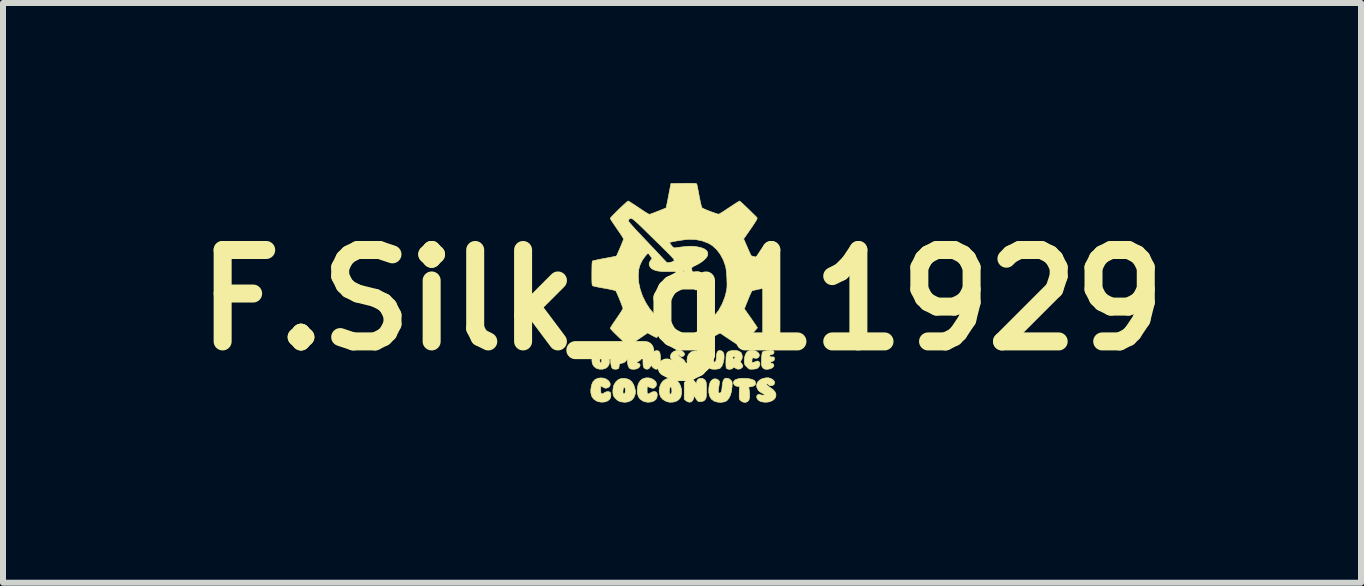
<source format=kicad_pcb>
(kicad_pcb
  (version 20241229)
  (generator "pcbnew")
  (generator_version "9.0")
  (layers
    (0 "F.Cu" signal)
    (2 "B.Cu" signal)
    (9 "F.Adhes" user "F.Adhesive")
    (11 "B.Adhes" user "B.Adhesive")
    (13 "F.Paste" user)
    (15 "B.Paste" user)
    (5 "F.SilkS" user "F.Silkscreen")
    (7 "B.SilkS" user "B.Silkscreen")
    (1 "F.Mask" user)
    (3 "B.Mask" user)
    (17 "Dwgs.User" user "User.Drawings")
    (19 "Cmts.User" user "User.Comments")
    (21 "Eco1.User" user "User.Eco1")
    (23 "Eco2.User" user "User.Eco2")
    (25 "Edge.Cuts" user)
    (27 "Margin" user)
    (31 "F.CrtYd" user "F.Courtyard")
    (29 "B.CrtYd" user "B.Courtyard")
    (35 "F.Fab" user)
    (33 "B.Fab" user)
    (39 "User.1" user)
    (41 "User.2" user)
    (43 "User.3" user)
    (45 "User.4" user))
  (footprint "F.Silk_g11929"
    (layer "F.Cu")
    (at 8.317 1.951)
    (property "Reference" "F.Silk_g11929" (at 0 0 0) (layer "F.SilkS") (effects (font (size 1.524 1.524) (thickness 0.3))))
    (attr through_hole)
    (fp_poly (pts (xy -0.274 0.394) (xy -0.274 0.397) (xy -0.282 0.409) (xy -0.285 0.411) (xy -0.295 0.406) (xy -0.296 0.397) (xy -0.291 0.384) (xy -0.285 0.383) (xy -0.274 0.394)) (stroke (width 0.01) (type solid)) (fill yes) (layer "F.SilkS"))
    (fp_poly (pts (xy -1.319 0.851) (xy -1.291 0.86) (xy -1.256 0.889) (xy -1.229 0.932) (xy -1.213 0.983) (xy -1.21 1.036) (xy -1.217 1.074) (xy -1.24 1.112) (xy -1.277 1.139) (xy -1.324 1.152) (xy -1.376 1.152) (xy -1.426 1.138) (xy -1.463 1.111) (xy -1.489 1.072) (xy -1.501 1.024) (xy -1.501 0.996) (xy -1.371 0.996) (xy -1.371 1.022) (xy -1.364 1.042) (xy -1.355 1.048) (xy -1.344 1.039) (xy -1.34 1.029) (xy -1.338 1.006) (xy -1.342 0.979) (xy -1.351 0.947) (xy -1.364 0.972) (xy -1.371 0.996) (xy -1.501 0.996) (xy -1.501 0.974) (xy -1.487 0.926) (xy -1.46 0.884) (xy -1.444 0.87) (xy -1.409 0.853) (xy -1.365 0.847) (xy -1.319 0.851)) (stroke (width 0.01) (type solid)) (fill yes) (layer "F.SilkS"))
    (fp_poly (pts (xy 0.277 0.855) (xy 0.32 0.879) (xy 0.351 0.921) (xy 0.372 0.98) (xy 0.376 0.995) (xy 0.376 1.038) (xy 0.363 1.082) (xy 0.341 1.118) (xy 0.317 1.138) (xy 0.274 1.151) (xy 0.224 1.153) (xy 0.176 1.144) (xy 0.151 1.133) (xy 0.111 1.099) (xy 0.088 1.057) (xy 0.085 1.027) (xy 0.214 1.027) (xy 0.217 1.036) (xy 0.229 1.048) (xy 0.238 1.04) (xy 0.243 1.015) (xy 0.243 1.006) (xy 0.241 0.978) (xy 0.235 0.96) (xy 0.233 0.958) (xy 0.226 0.963) (xy 0.219 0.981) (xy 0.214 1.005) (xy 0.214 1.027) (xy 0.085 1.027) (xy 0.082 1.007) (xy 0.09 0.947) (xy 0.113 0.9) (xy 0.149 0.866) (xy 0.196 0.849) (xy 0.221 0.847) (xy 0.277 0.855)) (stroke (width 0.01) (type solid)) (fill yes) (layer "F.SilkS"))
    (fp_poly (pts (xy 1.091 1.307) (xy 1.142 1.316) (xy 1.183 1.329) (xy 1.211 1.346) (xy 1.217 1.354) (xy 1.227 1.388) (xy 1.218 1.415) (xy 1.189 1.434) (xy 1.154 1.443) (xy 1.111 1.45) (xy 1.119 1.495) (xy 1.126 1.558) (xy 1.126 1.614) (xy 1.117 1.658) (xy 1.108 1.675) (xy 1.082 1.698) (xy 1.047 1.706) (xy 1.01 1.698) (xy 0.978 1.677) (xy 0.965 1.664) (xy 0.958 1.65) (xy 0.954 1.631) (xy 0.953 1.601) (xy 0.954 1.557) (xy 0.954 1.545) (xy 0.958 1.439) (xy 0.931 1.439) (xy 0.895 1.432) (xy 0.87 1.413) (xy 0.858 1.387) (xy 0.86 1.359) (xy 0.88 1.334) (xy 0.892 1.327) (xy 0.931 1.313) (xy 0.98 1.305) (xy 1.035 1.304) (xy 1.091 1.307)) (stroke (width 0.01) (type solid)) (fill yes) (layer "F.SilkS"))
    (fp_poly (pts (xy -0.162 1.307) (xy -0.106 1.329) (xy -0.094 1.336) (xy -0.055 1.374) (xy -0.027 1.425) (xy -0.01 1.484) (xy -0.007 1.545) (xy -0.018 1.604) (xy -0.026 1.623) (xy -0.055 1.66) (xy -0.098 1.687) (xy -0.15 1.701) (xy -0.207 1.703) (xy -0.26 1.69) (xy -0.316 1.659) (xy -0.355 1.616) (xy -0.376 1.561) (xy -0.381 1.514) (xy -0.211 1.514) (xy -0.21 1.542) (xy -0.205 1.559) (xy -0.188 1.568) (xy -0.176 1.558) (xy -0.17 1.529) (xy -0.169 1.516) (xy -0.172 1.476) (xy -0.178 1.452) (xy -0.188 1.445) (xy -0.2 1.458) (xy -0.2 1.458) (xy -0.208 1.483) (xy -0.211 1.514) (xy -0.381 1.514) (xy -0.381 1.513) (xy -0.372 1.447) (xy -0.349 1.391) (xy -0.314 1.347) (xy -0.269 1.317) (xy -0.217 1.303) (xy -0.162 1.307)) (stroke (width 0.01) (type solid)) (fill yes) (layer "F.SilkS"))
    (fp_poly (pts (xy -1.301 1.303) (xy -1.26 1.319) (xy -1.228 1.343) (xy -1.206 1.371) (xy -1.196 1.4) (xy -1.201 1.428) (xy -1.222 1.452) (xy -1.24 1.461) (xy -1.264 1.469) (xy -1.284 1.467) (xy -1.311 1.454) (xy -1.314 1.453) (xy -1.355 1.431) (xy -1.355 1.498) (xy -1.353 1.539) (xy -1.347 1.56) (xy -1.334 1.565) (xy -1.311 1.555) (xy -1.296 1.545) (xy -1.26 1.528) (xy -1.226 1.525) (xy -1.2 1.535) (xy -1.198 1.537) (xy -1.188 1.56) (xy -1.186 1.593) (xy -1.193 1.628) (xy -1.206 1.653) (xy -1.24 1.681) (xy -1.287 1.698) (xy -1.341 1.702) (xy -1.396 1.693) (xy -1.429 1.68) (xy -1.476 1.646) (xy -1.506 1.601) (xy -1.52 1.543) (xy -1.52 1.491) (xy -1.508 1.418) (xy -1.485 1.363) (xy -1.449 1.325) (xy -1.4 1.303) (xy -1.349 1.297) (xy -1.301 1.303)) (stroke (width 0.01) (type solid)) (fill yes) (layer "F.SilkS"))
    (fp_poly (pts (xy -0.94 1.308) (xy -0.918 1.313) (xy -0.87 1.333) (xy -0.833 1.367) (xy -0.805 1.415) (xy -0.793 1.451) (xy -0.781 1.493) (xy -0.776 1.523) (xy -0.778 1.55) (xy -0.783 1.576) (xy -0.805 1.63) (xy -0.843 1.67) (xy -0.892 1.695) (xy -0.951 1.704) (xy -1.018 1.696) (xy -1.034 1.692) (xy -1.069 1.675) (xy -1.105 1.645) (xy -1.133 1.611) (xy -1.144 1.59) (xy -1.152 1.55) (xy -1.152 1.522) (xy -0.984 1.522) (xy -0.983 1.551) (xy -0.977 1.563) (xy -0.966 1.564) (xy -0.952 1.554) (xy -0.945 1.529) (xy -0.944 1.519) (xy -0.945 1.485) (xy -0.951 1.461) (xy -0.961 1.452) (xy -0.973 1.46) (xy -0.974 1.46) (xy -0.98 1.481) (xy -0.984 1.512) (xy -0.984 1.522) (xy -1.152 1.522) (xy -1.152 1.5) (xy -1.145 1.449) (xy -1.134 1.413) (xy -1.099 1.358) (xy -1.055 1.322) (xy -1.002 1.305) (xy -0.94 1.308)) (stroke (width 0.01) (type solid)) (fill yes) (layer "F.SilkS"))
    (fp_poly (pts (xy 1.22 0.846) (xy 1.253 0.863) (xy 1.277 0.885) (xy 1.289 0.91) (xy 1.285 0.938) (xy 1.274 0.954) (xy 1.256 0.967) (xy 1.232 0.971) (xy 1.197 0.965) (xy 1.185 0.962) (xy 1.175 0.965) (xy 1.168 0.983) (xy 1.166 1.004) (xy 1.165 1.032) (xy 1.168 1.044) (xy 1.178 1.044) (xy 1.182 1.043) (xy 1.221 1.027) (xy 1.246 1.018) (xy 1.262 1.016) (xy 1.273 1.02) (xy 1.278 1.023) (xy 1.296 1.045) (xy 1.298 1.075) (xy 1.285 1.108) (xy 1.277 1.117) (xy 1.259 1.135) (xy 1.238 1.144) (xy 1.205 1.15) (xy 1.187 1.151) (xy 1.151 1.153) (xy 1.127 1.151) (xy 1.108 1.141) (xy 1.086 1.12) (xy 1.08 1.114) (xy 1.055 1.087) (xy 1.042 1.066) (xy 1.038 1.039) (xy 1.037 1.012) (xy 1.043 0.952) (xy 1.059 0.902) (xy 1.083 0.865) (xy 1.101 0.852) (xy 1.141 0.839) (xy 1.182 0.838) (xy 1.22 0.846)) (stroke (width 0.01) (type solid)) (fill yes) (layer "F.SilkS"))
    (fp_poly (pts (xy -0.545 1.298) (xy -0.499 1.313) (xy -0.46 1.338) (xy -0.435 1.366) (xy -0.425 1.401) (xy -0.433 1.435) (xy -0.455 1.459) (xy -0.461 1.463) (xy -0.477 1.469) (xy -0.492 1.47) (xy -0.513 1.465) (xy -0.545 1.453) (xy -0.564 1.445) (xy -0.574 1.443) (xy -0.579 1.45) (xy -0.582 1.472) (xy -0.582 1.502) (xy -0.581 1.541) (xy -0.574 1.561) (xy -0.56 1.565) (xy -0.536 1.553) (xy -0.524 1.545) (xy -0.488 1.528) (xy -0.453 1.525) (xy -0.427 1.535) (xy -0.425 1.537) (xy -0.415 1.56) (xy -0.413 1.594) (xy -0.421 1.629) (xy -0.434 1.654) (xy -0.469 1.682) (xy -0.515 1.698) (xy -0.569 1.703) (xy -0.623 1.694) (xy -0.653 1.682) (xy -0.698 1.651) (xy -0.727 1.611) (xy -0.743 1.558) (xy -0.746 1.508) (xy -0.742 1.453) (xy -0.732 1.41) (xy -0.721 1.383) (xy -0.693 1.341) (xy -0.657 1.314) (xy -0.608 1.298) (xy -0.59 1.296) (xy -0.545 1.298)) (stroke (width 0.01) (type solid)) (fill yes) (layer "F.SilkS"))
    (fp_poly (pts (xy 0.657 0.847) (xy 0.684 0.868) (xy 0.699 0.905) (xy 0.701 0.958) (xy 0.698 0.985) (xy 0.685 1.05) (xy 0.664 1.101) (xy 0.637 1.134) (xy 0.634 1.136) (xy 0.607 1.146) (xy 0.568 1.152) (xy 0.525 1.153) (xy 0.486 1.148) (xy 0.47 1.143) (xy 0.448 1.129) (xy 0.425 1.106) (xy 0.424 1.104) (xy 0.412 1.087) (xy 0.406 1.069) (xy 0.403 1.044) (xy 0.403 1.006) (xy 0.404 0.981) (xy 0.406 0.935) (xy 0.41 0.905) (xy 0.416 0.886) (xy 0.426 0.873) (xy 0.432 0.867) (xy 0.468 0.849) (xy 0.504 0.851) (xy 0.524 0.861) (xy 0.534 0.871) (xy 0.538 0.883) (xy 0.538 0.905) (xy 0.532 0.941) (xy 0.531 0.948) (xy 0.526 0.997) (xy 0.528 1.026) (xy 0.538 1.036) (xy 0.555 1.027) (xy 0.567 1.006) (xy 0.571 0.97) (xy 0.572 0.968) (xy 0.575 0.908) (xy 0.587 0.867) (xy 0.607 0.845) (xy 0.635 0.841) (xy 0.657 0.847)) (stroke (width 0.01) (type solid)) (fill yes) (layer "F.SilkS"))
    (fp_poly (pts (xy 0.783 1.311) (xy 0.809 1.331) (xy 0.824 1.347) (xy 0.832 1.362) (xy 0.836 1.382) (xy 0.835 1.413) (xy 0.833 1.445) (xy 0.824 1.522) (xy 0.805 1.588) (xy 0.778 1.641) (xy 0.746 1.677) (xy 0.742 1.68) (xy 0.698 1.698) (xy 0.644 1.705) (xy 0.587 1.7) (xy 0.533 1.682) (xy 0.531 1.681) (xy 0.488 1.649) (xy 0.46 1.601) (xy 0.446 1.54) (xy 0.447 1.467) (xy 0.456 1.408) (xy 0.473 1.362) (xy 0.501 1.33) (xy 0.534 1.313) (xy 0.571 1.315) (xy 0.604 1.332) (xy 0.617 1.344) (xy 0.623 1.356) (xy 0.624 1.374) (xy 0.62 1.404) (xy 0.616 1.428) (xy 0.608 1.478) (xy 0.604 1.512) (xy 0.605 1.533) (xy 0.611 1.544) (xy 0.619 1.549) (xy 0.638 1.549) (xy 0.653 1.531) (xy 0.663 1.495) (xy 0.669 1.44) (xy 0.676 1.381) (xy 0.687 1.34) (xy 0.704 1.315) (xy 0.728 1.303) (xy 0.745 1.302) (xy 0.783 1.311)) (stroke (width 0.01) (type solid)) (fill yes) (layer "F.SilkS"))
    (fp_poly (pts (xy -0.409 0.844) (xy -0.389 0.851) (xy -0.375 0.867) (xy -0.366 0.894) (xy -0.361 0.936) (xy -0.36 0.996) (xy -0.36 0.999) (xy -0.361 1.048) (xy -0.363 1.081) (xy -0.369 1.104) (xy -0.378 1.121) (xy -0.382 1.126) (xy -0.407 1.147) (xy -0.43 1.154) (xy -0.454 1.146) (xy -0.481 1.128) (xy -0.501 1.106) (xy -0.509 1.088) (xy -0.513 1.087) (xy -0.523 1.103) (xy -0.527 1.111) (xy -0.55 1.141) (xy -0.58 1.153) (xy -0.611 1.147) (xy -0.63 1.132) (xy -0.64 1.118) (xy -0.646 1.1) (xy -0.649 1.072) (xy -0.651 1.03) (xy -0.651 1.003) (xy -0.651 0.955) (xy -0.649 0.923) (xy -0.645 0.902) (xy -0.638 0.888) (xy -0.626 0.876) (xy -0.621 0.872) (xy -0.588 0.851) (xy -0.558 0.85) (xy -0.527 0.869) (xy -0.518 0.878) (xy -0.498 0.896) (xy -0.489 0.899) (xy -0.487 0.89) (xy -0.487 0.888) (xy -0.477 0.866) (xy -0.454 0.849) (xy -0.423 0.842) (xy -0.409 0.844)) (stroke (width 0.01) (type solid)) (fill yes) (layer "F.SilkS"))
    (fp_poly (pts (xy -0.017 0.842) (xy 0.014 0.858) (xy 0.035 0.88) (xy 0.042 0.904) (xy 0.031 0.928) (xy 0.03 0.929) (xy 0.009 0.94) (xy -0.016 0.941) (xy -0.035 0.931) (xy -0.039 0.926) (xy -0.049 0.913) (xy -0.06 0.912) (xy -0.064 0.921) (xy -0.055 0.932) (xy -0.034 0.949) (xy -0.011 0.966) (xy 0.032 1.001) (xy 0.056 1.038) (xy 0.061 1.073) (xy 0.047 1.106) (xy 0.012 1.133) (xy 0.011 1.134) (xy -0.026 1.147) (xy -0.071 1.153) (xy -0.115 1.151) (xy -0.15 1.143) (xy -0.153 1.141) (xy -0.18 1.12) (xy -0.19 1.093) (xy -0.19 1.083) (xy -0.185 1.059) (xy -0.166 1.051) (xy -0.137 1.059) (xy -0.113 1.065) (xy -0.098 1.064) (xy -0.098 1.064) (xy -0.098 1.054) (xy -0.104 1.05) (xy -0.129 1.036) (xy -0.156 1.011) (xy -0.18 0.984) (xy -0.192 0.961) (xy -0.193 0.959) (xy -0.191 0.918) (xy -0.171 0.883) (xy -0.137 0.856) (xy -0.091 0.839) (xy -0.055 0.836) (xy -0.017 0.842)) (stroke (width 0.01) (type solid)) (fill yes) (layer "F.SilkS"))
    (fp_poly (pts (xy 0.339 1.306) (xy 0.371 1.322) (xy 0.385 1.337) (xy 0.395 1.352) (xy 0.401 1.369) (xy 0.405 1.393) (xy 0.407 1.429) (xy 0.407 1.48) (xy 0.407 1.498) (xy 0.407 1.554) (xy 0.406 1.593) (xy 0.402 1.62) (xy 0.397 1.639) (xy 0.388 1.654) (xy 0.385 1.658) (xy 0.366 1.678) (xy 0.34 1.688) (xy 0.314 1.691) (xy 0.285 1.692) (xy 0.267 1.687) (xy 0.252 1.673) (xy 0.234 1.645) (xy 0.202 1.596) (xy 0.195 1.634) (xy 0.179 1.673) (xy 0.153 1.697) (xy 0.119 1.702) (xy 0.082 1.689) (xy 0.067 1.678) (xy 0.037 1.653) (xy 0.037 1.582) (xy 0.191 1.582) (xy 0.196 1.587) (xy 0.201 1.582) (xy 0.196 1.577) (xy 0.191 1.582) (xy 0.037 1.582) (xy 0.037 1.374) (xy 0.072 1.343) (xy 0.112 1.317) (xy 0.15 1.312) (xy 0.185 1.328) (xy 0.217 1.364) (xy 0.243 1.402) (xy 0.243 1.368) (xy 0.252 1.336) (xy 0.274 1.314) (xy 0.305 1.303) (xy 0.339 1.306)) (stroke (width 0.01) (type solid)) (fill yes) (layer "F.SilkS"))
    (fp_poly (pts (xy 1.502 0.841) (xy 1.512 0.843) (xy 1.531 0.855) (xy 1.534 0.874) (xy 1.525 0.893) (xy 1.505 0.906) (xy 1.485 0.91) (xy 1.465 0.917) (xy 1.46 0.929) (xy 1.466 0.941) (xy 1.484 0.947) (xy 1.5 0.947) (xy 1.526 0.949) (xy 1.537 0.956) (xy 1.54 0.976) (xy 1.54 0.979) (xy 1.536 1.002) (xy 1.522 1.015) (xy 1.505 1.021) (xy 1.482 1.031) (xy 1.471 1.043) (xy 1.471 1.044) (xy 1.478 1.053) (xy 1.485 1.052) (xy 1.506 1.054) (xy 1.524 1.069) (xy 1.531 1.091) (xy 1.53 1.099) (xy 1.511 1.125) (xy 1.477 1.143) (xy 1.432 1.153) (xy 1.414 1.154) (xy 1.381 1.151) (xy 1.359 1.14) (xy 1.344 1.124) (xy 1.333 1.109) (xy 1.327 1.092) (xy 1.324 1.069) (xy 1.323 1.034) (xy 1.325 0.988) (xy 1.328 0.936) (xy 1.333 0.895) (xy 1.339 0.87) (xy 1.342 0.865) (xy 1.359 0.856) (xy 1.39 0.848) (xy 1.429 0.843) (xy 1.469 0.84) (xy 1.502 0.841)) (stroke (width 0.01) (type solid)) (fill yes) (layer "F.SilkS"))
    (fp_poly (pts (xy 0.946 0.851) (xy 0.98 0.873) (xy 0.992 0.889) (xy 1.003 0.927) (xy 1.003 0.966) (xy 0.992 0.997) (xy 0.987 1.003) (xy 0.975 1.016) (xy 0.975 1.028) (xy 0.985 1.048) (xy 0.992 1.057) (xy 1.009 1.085) (xy 1.014 1.103) (xy 1.007 1.118) (xy 0.993 1.132) (xy 0.959 1.15) (xy 0.921 1.15) (xy 0.887 1.133) (xy 0.869 1.12) (xy 0.859 1.12) (xy 0.849 1.133) (xy 0.849 1.133) (xy 0.829 1.147) (xy 0.799 1.154) (xy 0.767 1.152) (xy 0.744 1.141) (xy 0.741 1.138) (xy 0.735 1.121) (xy 0.732 1.086) (xy 0.731 1.032) (xy 0.732 1.005) (xy 0.734 0.965) (xy 0.847 0.965) (xy 0.852 0.982) (xy 0.866 0.981) (xy 0.877 0.97) (xy 0.883 0.954) (xy 0.875 0.943) (xy 0.858 0.937) (xy 0.848 0.95) (xy 0.847 0.965) (xy 0.734 0.965) (xy 0.735 0.945) (xy 0.741 0.903) (xy 0.753 0.875) (xy 0.772 0.858) (xy 0.802 0.847) (xy 0.842 0.841) (xy 0.899 0.84) (xy 0.946 0.851)) (stroke (width 0.01) (type solid)) (fill yes) (layer "F.SilkS"))
    (fp_poly (pts (xy 1.442 1.296) (xy 1.482 1.308) (xy 1.514 1.327) (xy 1.536 1.351) (xy 1.544 1.378) (xy 1.535 1.404) (xy 1.529 1.412) (xy 1.507 1.424) (xy 1.479 1.428) (xy 1.455 1.424) (xy 1.443 1.413) (xy 1.43 1.399) (xy 1.422 1.397) (xy 1.408 1.401) (xy 1.413 1.414) (xy 1.435 1.434) (xy 1.465 1.455) (xy 1.515 1.491) (xy 1.547 1.525) (xy 1.563 1.56) (xy 1.566 1.587) (xy 1.557 1.626) (xy 1.53 1.659) (xy 1.49 1.683) (xy 1.44 1.699) (xy 1.384 1.703) (xy 1.325 1.695) (xy 1.317 1.693) (xy 1.282 1.676) (xy 1.257 1.65) (xy 1.244 1.622) (xy 1.247 1.595) (xy 1.255 1.583) (xy 1.277 1.571) (xy 1.29 1.573) (xy 1.315 1.581) (xy 1.343 1.585) (xy 1.366 1.585) (xy 1.376 1.58) (xy 1.376 1.58) (xy 1.367 1.57) (xy 1.345 1.556) (xy 1.333 1.55) (xy 1.3 1.531) (xy 1.274 1.507) (xy 1.269 1.501) (xy 1.246 1.455) (xy 1.243 1.41) (xy 1.258 1.37) (xy 1.29 1.336) (xy 1.338 1.31) (xy 1.399 1.296) (xy 1.442 1.296)) (stroke (width 0.01) (type solid)) (fill yes) (layer "F.SilkS"))
    (fp_poly (pts (xy -1.027 0.842) (xy -0.989 0.852) (xy -0.954 0.868) (xy -0.933 0.89) (xy -0.92 0.914) (xy -0.9 0.958) (xy -0.9 0.92) (xy -0.896 0.887) (xy -0.885 0.866) (xy -0.86 0.853) (xy -0.82 0.845) (xy -0.798 0.843) (xy -0.744 0.841) (xy -0.709 0.847) (xy -0.693 0.861) (xy -0.695 0.882) (xy -0.698 0.887) (xy -0.719 0.907) (xy -0.736 0.91) (xy -0.757 0.916) (xy -0.762 0.926) (xy -0.753 0.939) (xy -0.733 0.942) (xy -0.698 0.948) (xy -0.68 0.963) (xy -0.681 0.983) (xy -0.699 1.005) (xy -0.725 1.021) (xy -0.767 1.041) (xy -0.733 1.05) (xy -0.706 1.064) (xy -0.698 1.087) (xy -0.708 1.113) (xy -0.726 1.132) (xy -0.759 1.147) (xy -0.801 1.154) (xy -0.843 1.151) (xy -0.868 1.143) (xy -0.885 1.123) (xy -0.9 1.089) (xy -0.908 1.045) (xy -0.91 1.016) (xy -0.911 0.993) (xy -0.915 0.988) (xy -0.923 1) (xy -0.948 1.03) (xy -0.983 1.048) (xy -1.008 1.053) (xy -1.034 1.06) (xy -1.045 1.071) (xy -1.048 1.093) (xy -1.048 1.094) (xy -1.051 1.122) (xy -1.06 1.141) (xy -1.081 1.15) (xy -1.112 1.153) (xy -1.142 1.149) (xy -1.163 1.139) (xy -1.163 1.139) (xy -1.176 1.112) (xy -1.185 1.07) (xy -1.19 1.02) (xy -1.191 0.968) (xy -1.189 0.947) (xy -1.058 0.947) (xy -1.055 0.966) (xy -1.048 0.968) (xy -1.038 0.953) (xy -1.037 0.947) (xy -1.044 0.929) (xy -1.048 0.926) (xy -1.056 0.93) (xy -1.058 0.947) (xy -1.189 0.947) (xy -1.187 0.919) (xy -1.179 0.88) (xy -1.171 0.862) (xy -1.15 0.849) (xy -1.114 0.84) (xy -1.071 0.838) (xy -1.027 0.842)) (stroke (width 0.01) (type solid)) (fill yes) (layer "F.SilkS"))
    (fp_poly (pts (xy 0.194 -1.945) (xy 0.22 -1.944) (xy 0.235 -1.941) (xy 0.243 -1.936) (xy 0.247 -1.93) (xy 0.247 -1.929) (xy 0.251 -1.913) (xy 0.258 -1.88) (xy 0.267 -1.833) (xy 0.278 -1.777) (xy 0.286 -1.73) (xy 0.298 -1.671) (xy 0.309 -1.618) (xy 0.32 -1.576) (xy 0.328 -1.548) (xy 0.332 -1.539) (xy 0.348 -1.529) (xy 0.379 -1.514) (xy 0.419 -1.497) (xy 0.466 -1.479) (xy 0.512 -1.462) (xy 0.555 -1.447) (xy 0.589 -1.436) (xy 0.61 -1.432) (xy 0.614 -1.432) (xy 0.628 -1.439) (xy 0.656 -1.456) (xy 0.696 -1.481) (xy 0.743 -1.512) (xy 0.791 -1.544) (xy 0.843 -1.578) (xy 0.888 -1.608) (xy 0.925 -1.631) (xy 0.949 -1.646) (xy 0.959 -1.651) (xy 0.968 -1.644) (xy 0.99 -1.625) (xy 1.021 -1.596) (xy 1.058 -1.561) (xy 1.099 -1.523) (xy 1.14 -1.483) (xy 1.178 -1.445) (xy 1.212 -1.412) (xy 1.237 -1.387) (xy 1.251 -1.371) (xy 1.252 -1.369) (xy 1.25 -1.355) (xy 1.236 -1.327) (xy 1.209 -1.284) (xy 1.17 -1.225) (xy 1.144 -1.187) (xy 1.027 -1.019) (xy 1.087 -0.883) (xy 1.108 -0.833) (xy 1.128 -0.79) (xy 1.143 -0.758) (xy 1.152 -0.74) (xy 1.153 -0.738) (xy 1.166 -0.733) (xy 1.195 -0.726) (xy 1.239 -0.716) (xy 1.294 -0.705) (xy 1.354 -0.694) (xy 1.425 -0.68) (xy 1.483 -0.668) (xy 1.526 -0.657) (xy 1.551 -0.648) (xy 1.557 -0.644) (xy 1.56 -0.629) (xy 1.563 -0.596) (xy 1.564 -0.552) (xy 1.565 -0.499) (xy 1.566 -0.441) (xy 1.566 -0.385) (xy 1.564 -0.332) (xy 1.563 -0.289) (xy 1.56 -0.258) (xy 1.558 -0.246) (xy 1.545 -0.24) (xy 1.515 -0.231) (xy 1.47 -0.22) (xy 1.416 -0.208) (xy 1.362 -0.198) (xy 1.302 -0.186) (xy 1.248 -0.175) (xy 1.205 -0.165) (xy 1.176 -0.158) (xy 1.166 -0.153) (xy 1.157 -0.139) (xy 1.142 -0.106) (xy 1.121 -0.059) (xy 1.097 0.001) (xy 1.068 0.071) (xy 1.058 0.097) (xy 1.038 0.146) (xy 1.145 0.297) (xy 1.18 0.347) (xy 1.21 0.392) (xy 1.235 0.427) (xy 1.25 0.452) (xy 1.256 0.46) (xy 1.25 0.47) (xy 1.231 0.492) (xy 1.203 0.523) (xy 1.168 0.56) (xy 1.129 0.601) (xy 1.089 0.642) (xy 1.05 0.681) (xy 1.015 0.716) (xy 0.987 0.742) (xy 0.968 0.757) (xy 0.963 0.76) (xy 0.952 0.755) (xy 0.926 0.741) (xy 0.889 0.718) (xy 0.842 0.688) (xy 0.794 0.656) (xy 0.634 0.549) (xy 0.563 0.587) (xy 0.528 0.605) (xy 0.499 0.618) (xy 0.482 0.624) (xy 0.481 0.624) (xy 0.473 0.615) (xy 0.46 0.591) (xy 0.443 0.557) (xy 0.425 0.518) (xy 0.407 0.478) (xy 0.393 0.442) (xy 0.383 0.415) (xy 0.381 0.403) (xy 0.389 0.393) (xy 0.41 0.375) (xy 0.441 0.35) (xy 0.455 0.34) (xy 0.537 0.265) (xy 0.609 0.175) (xy 0.668 0.069) (xy 0.714 -0.048) (xy 0.731 -0.112) (xy 0.741 -0.155) (xy 0.747 -0.192) (xy 0.75 -0.232) (xy 0.75 -0.278) (xy 0.748 -0.338) (xy 0.748 -0.355) (xy 0.744 -0.418) (xy 0.739 -0.478) (xy 0.732 -0.53) (xy 0.725 -0.566) (xy 0.725 -0.566) (xy 0.688 -0.67) (xy 0.638 -0.763) (xy 0.577 -0.843) (xy 0.507 -0.907) (xy 0.441 -0.947) (xy 0.338 -0.986) (xy 0.228 -1.009) (xy 0.117 -1.013) (xy 0.098 -1.012) (xy 0.061 -1.008) (xy 0.015 -1.002) (xy -0.037 -0.994) (xy -0.088 -0.986) (xy -0.136 -0.977) (xy -0.175 -0.969) (xy -0.2 -0.963) (xy -0.208 -0.96) (xy -0.204 -0.95) (xy -0.19 -0.929) (xy -0.177 -0.911) (xy -0.156 -0.885) (xy -0.14 -0.873) (xy -0.121 -0.87) (xy -0.101 -0.872) (xy -0.015 -0.884) (xy 0.055 -0.892) (xy 0.111 -0.896) (xy 0.159 -0.897) (xy 0.202 -0.894) (xy 0.235 -0.891) (xy 0.313 -0.875) (xy 0.371 -0.853) (xy 0.41 -0.824) (xy 0.429 -0.789) (xy 0.428 -0.749) (xy 0.411 -0.715) (xy 0.376 -0.676) (xy 0.328 -0.637) (xy 0.27 -0.6) (xy 0.204 -0.567) (xy 0.204 -0.567) (xy 0.177 -0.553) (xy 0.161 -0.539) (xy 0.159 -0.535) (xy 0.161 -0.52) (xy 0.167 -0.489) (xy 0.176 -0.445) (xy 0.188 -0.392) (xy 0.196 -0.355) (xy 0.209 -0.297) (xy 0.219 -0.246) (xy 0.227 -0.205) (xy 0.23 -0.178) (xy 0.231 -0.17) (xy 0.224 -0.168) (xy 0.211 -0.184) (xy 0.197 -0.206) (xy 0.143 -0.298) (xy 0.099 -0.374) (xy 0.064 -0.433) (xy 0.038 -0.475) (xy 0.022 -0.499) (xy 0.015 -0.506) (xy 0.016 -0.494) (xy 0.02 -0.468) (xy 0.027 -0.439) (xy 0.038 -0.387) (xy 0.043 -0.355) (xy 0.039 -0.341) (xy 0.025 -0.345) (xy -0.000035 -0.366) (xy -0.035 -0.4) (xy -0.112 -0.476) (xy -0.233 -0.475) (xy -0.33 -0.476) (xy -0.407 -0.485) (xy -0.466 -0.502) (xy -0.509 -0.525) (xy -0.533 -0.553) (xy -0.547 -0.587) (xy -0.547 -0.616) (xy -0.531 -0.649) (xy -0.525 -0.659) (xy -0.499 -0.697) (xy -0.533 -0.741) (xy -0.566 -0.785) (xy -0.612 -0.734) (xy -0.664 -0.661) (xy -0.703 -0.579) (xy -0.72 -0.517) (xy -0.73 -0.409) (xy -0.723 -0.296) (xy -0.698 -0.181) (xy -0.659 -0.067) (xy -0.605 0.043) (xy -0.539 0.146) (xy -0.461 0.237) (xy -0.374 0.315) (xy -0.37 0.318) (xy -0.341 0.34) (xy -0.319 0.357) (xy -0.309 0.365) (xy -0.31 0.377) (xy -0.318 0.404) (xy -0.331 0.441) (xy -0.349 0.484) (xy -0.368 0.527) (xy -0.387 0.568) (xy -0.403 0.6) (xy -0.416 0.62) (xy -0.421 0.624) (xy -0.437 0.62) (xy -0.465 0.607) (xy -0.5 0.588) (xy -0.505 0.586) (xy -0.573 0.547) (xy -0.731 0.655) (xy -0.782 0.689) (xy -0.826 0.719) (xy -0.863 0.742) (xy -0.887 0.757) (xy -0.896 0.762) (xy -0.906 0.755) (xy -0.929 0.735) (xy -0.962 0.705) (xy -1.002 0.667) (xy -1.048 0.624) (xy -1.051 0.621) (xy -1.096 0.577) (xy -1.136 0.538) (xy -1.167 0.505) (xy -1.188 0.482) (xy -1.196 0.47) (xy -1.196 0.47) (xy -1.19 0.458) (xy -1.174 0.432) (xy -1.15 0.394) (xy -1.119 0.349) (xy -1.09 0.307) (xy -1.056 0.257) (xy -1.026 0.212) (xy -1.003 0.175) (xy -0.988 0.15) (xy -0.984 0.141) (xy -0.988 0.125) (xy -0.999 0.094) (xy -1.015 0.053) (xy -1.033 0.006) (xy -1.053 -0.042) (xy -1.072 -0.086) (xy -1.088 -0.123) (xy -1.1 -0.147) (xy -1.105 -0.155) (xy -1.119 -0.16) (xy -1.15 -0.168) (xy -1.194 -0.178) (xy -1.248 -0.189) (xy -1.286 -0.196) (xy -1.345 -0.206) (xy -1.398 -0.216) (xy -1.441 -0.225) (xy -1.47 -0.232) (xy -1.479 -0.234) (xy -1.487 -0.238) (xy -1.493 -0.244) (xy -1.498 -0.255) (xy -1.5 -0.274) (xy -1.502 -0.304) (xy -1.503 -0.348) (xy -1.503 -0.409) (xy -1.503 -0.444) (xy -1.502 -0.524) (xy -1.501 -0.584) (xy -1.498 -0.624) (xy -1.494 -0.647) (xy -1.491 -0.652) (xy -1.477 -0.656) (xy -1.446 -0.663) (xy -1.401 -0.673) (xy -1.346 -0.684) (xy -1.288 -0.695) (xy -1.227 -0.706) (xy -1.174 -0.716) (xy -1.132 -0.725) (xy -1.104 -0.731) (xy -1.094 -0.734) (xy -1.087 -0.746) (xy -1.074 -0.773) (xy -1.058 -0.811) (xy -1.038 -0.856) (xy -1.019 -0.902) (xy -1.001 -0.946) (xy -0.986 -0.983) (xy -0.976 -1.008) (xy -0.974 -1.018) (xy -0.98 -1.031) (xy -0.996 -1.058) (xy -1.02 -1.096) (xy -1.052 -1.142) (xy -1.085 -1.19) (xy -1.12 -1.241) (xy -1.151 -1.287) (xy -1.175 -1.324) (xy -1.176 -1.325) (xy -0.895 -1.325) (xy -0.892 -1.316) (xy -0.884 -1.302) (xy -0.869 -1.283) (xy -0.847 -1.257) (xy -0.816 -1.223) (xy -0.776 -1.178) (xy -0.724 -1.123) (xy -0.66 -1.055) (xy -0.583 -0.974) (xy -0.579 -0.97) (xy -0.251 -0.622) (xy -0.204 -0.627) (xy -0.17 -0.635) (xy -0.142 -0.648) (xy -0.137 -0.652) (xy -0.133 -0.657) (xy -0.131 -0.663) (xy -0.133 -0.671) (xy -0.139 -0.683) (xy -0.152 -0.699) (xy -0.172 -0.721) (xy -0.2 -0.751) (xy -0.238 -0.789) (xy -0.287 -0.838) (xy -0.347 -0.898) (xy -0.421 -0.97) (xy -0.476 -1.024) (xy -0.561 -1.107) (xy -0.631 -1.176) (xy -0.689 -1.232) (xy -0.736 -1.277) (xy -0.774 -1.311) (xy -0.803 -1.336) (xy -0.826 -1.352) (xy -0.843 -1.361) (xy -0.856 -1.363) (xy -0.867 -1.36) (xy -0.876 -1.353) (xy -0.885 -1.343) (xy -0.891 -1.337) (xy -0.894 -1.332) (xy -0.895 -1.325) (xy -1.176 -1.325) (xy -1.191 -1.35) (xy -1.196 -1.361) (xy -1.189 -1.372) (xy -1.169 -1.395) (xy -1.139 -1.426) (xy -1.102 -1.463) (xy -1.062 -1.503) (xy -1.02 -1.543) (xy -0.98 -1.581) (xy -0.945 -1.613) (xy -0.918 -1.637) (xy -0.901 -1.65) (xy -0.898 -1.651) (xy -0.886 -1.645) (xy -0.86 -1.629) (xy -0.822 -1.605) (xy -0.776 -1.575) (xy -0.724 -1.54) (xy -0.672 -1.505) (xy -0.625 -1.474) (xy -0.586 -1.45) (xy -0.558 -1.434) (xy -0.545 -1.429) (xy -0.531 -1.432) (xy -0.503 -1.442) (xy -0.465 -1.456) (xy -0.421 -1.473) (xy -0.375 -1.491) (xy -0.332 -1.508) (xy -0.296 -1.523) (xy -0.272 -1.534) (xy -0.264 -1.538) (xy -0.262 -1.549) (xy -0.256 -1.577) (xy -0.248 -1.619) (xy -0.237 -1.672) (xy -0.225 -1.734) (xy -0.224 -1.741) (xy -0.185 -1.942) (xy 0.029 -1.945) (xy 0.101 -1.946) (xy 0.155 -1.946) (xy 0.194 -1.945)) (stroke (width 0.01) (type solid)) (fill yes) (layer "F.SilkS")))
  (gr_rect
    (start -3 -3)
    (end 19.633 6.662)
    (stroke (width 0.1) (type default))
    (fill no)
    (layer "Edge.Cuts")))
</source>
